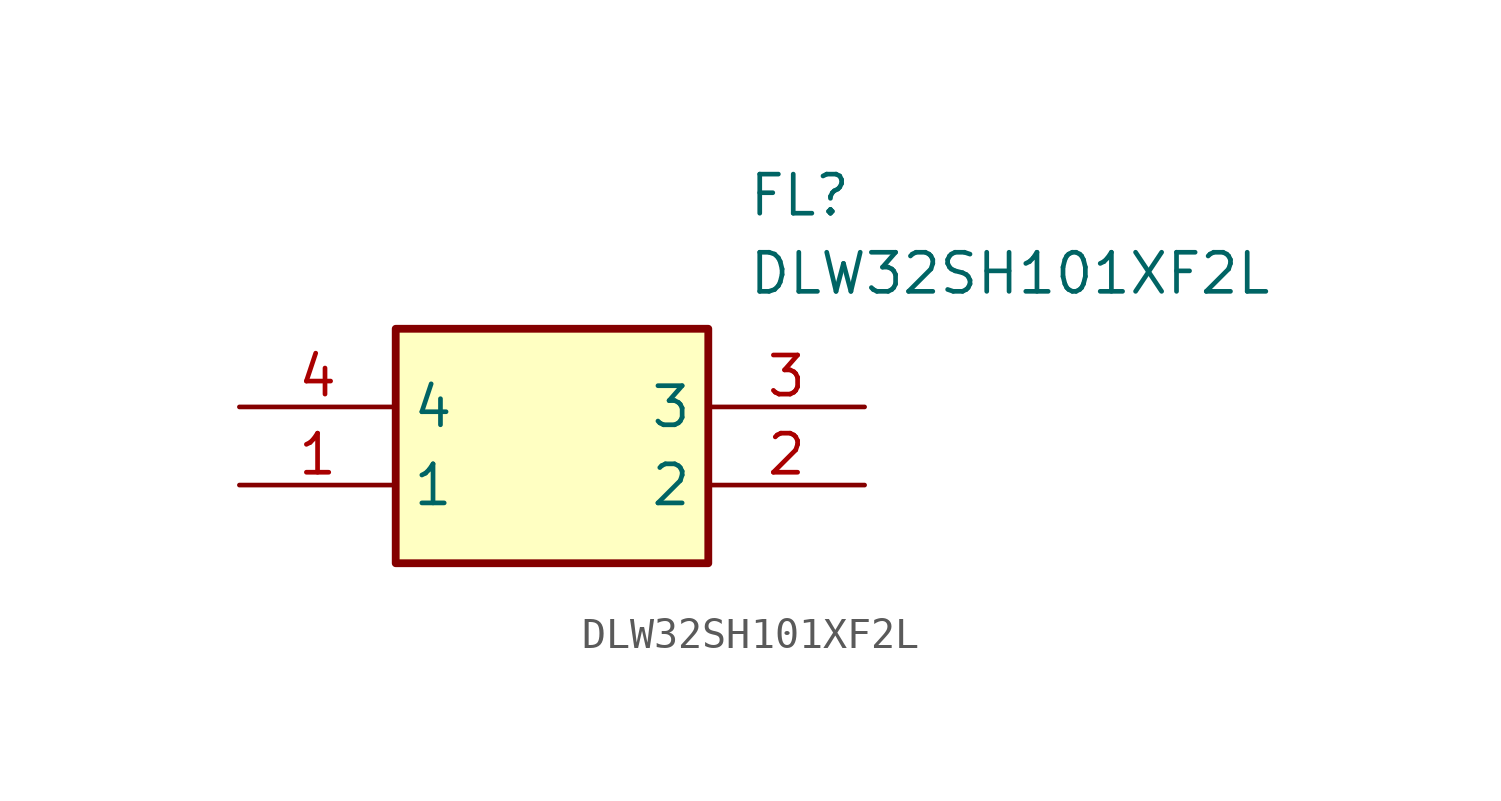
<source format=kicad_sym>
(kicad_symbol_lib
  (version 20231120)
  (generator "kicad_symbol_editor")
  (generator_version "8.0")
  (symbol "DLW32SH101XF2L"
    (property "Reference" "FL"
      (at 16.51 7.62 0)
      (effects (font (size 1.27 1.27)) (justify left top)))
    (property "Value" "DLW32SH101XF2L"
      (at 16.51 5.08 0)
      (effects (font (size 1.27 1.27)) (justify left top)))
    (symbol "DLW32SH101XF2L_1_1"
      (rectangle (start 5.08 2.54) (end 15.24 -5.08) (stroke (width 0.254) (type default)) (fill (type background)))
      (pin passive line (at 0 -2.54 0) (length 5.08) (name "1" (effects (font (size 1.27 1.27)))) (number "1" (effects (font (size 1.27 1.27)))))
      (pin passive line (at 20.32 -2.54 180) (length 5.08) (name "2" (effects (font (size 1.27 1.27)))) (number "2" (effects (font (size 1.27 1.27)))))
      (pin passive line (at 20.32 0 180) (length 5.08) (name "3" (effects (font (size 1.27 1.27)))) (number "3" (effects (font (size 1.27 1.27)))))
      (pin passive line (at 0 0 0) (length 5.08) (name "4" (effects (font (size 1.27 1.27)))) (number "4" (effects (font (size 1.27 1.27))))))))
</source>
